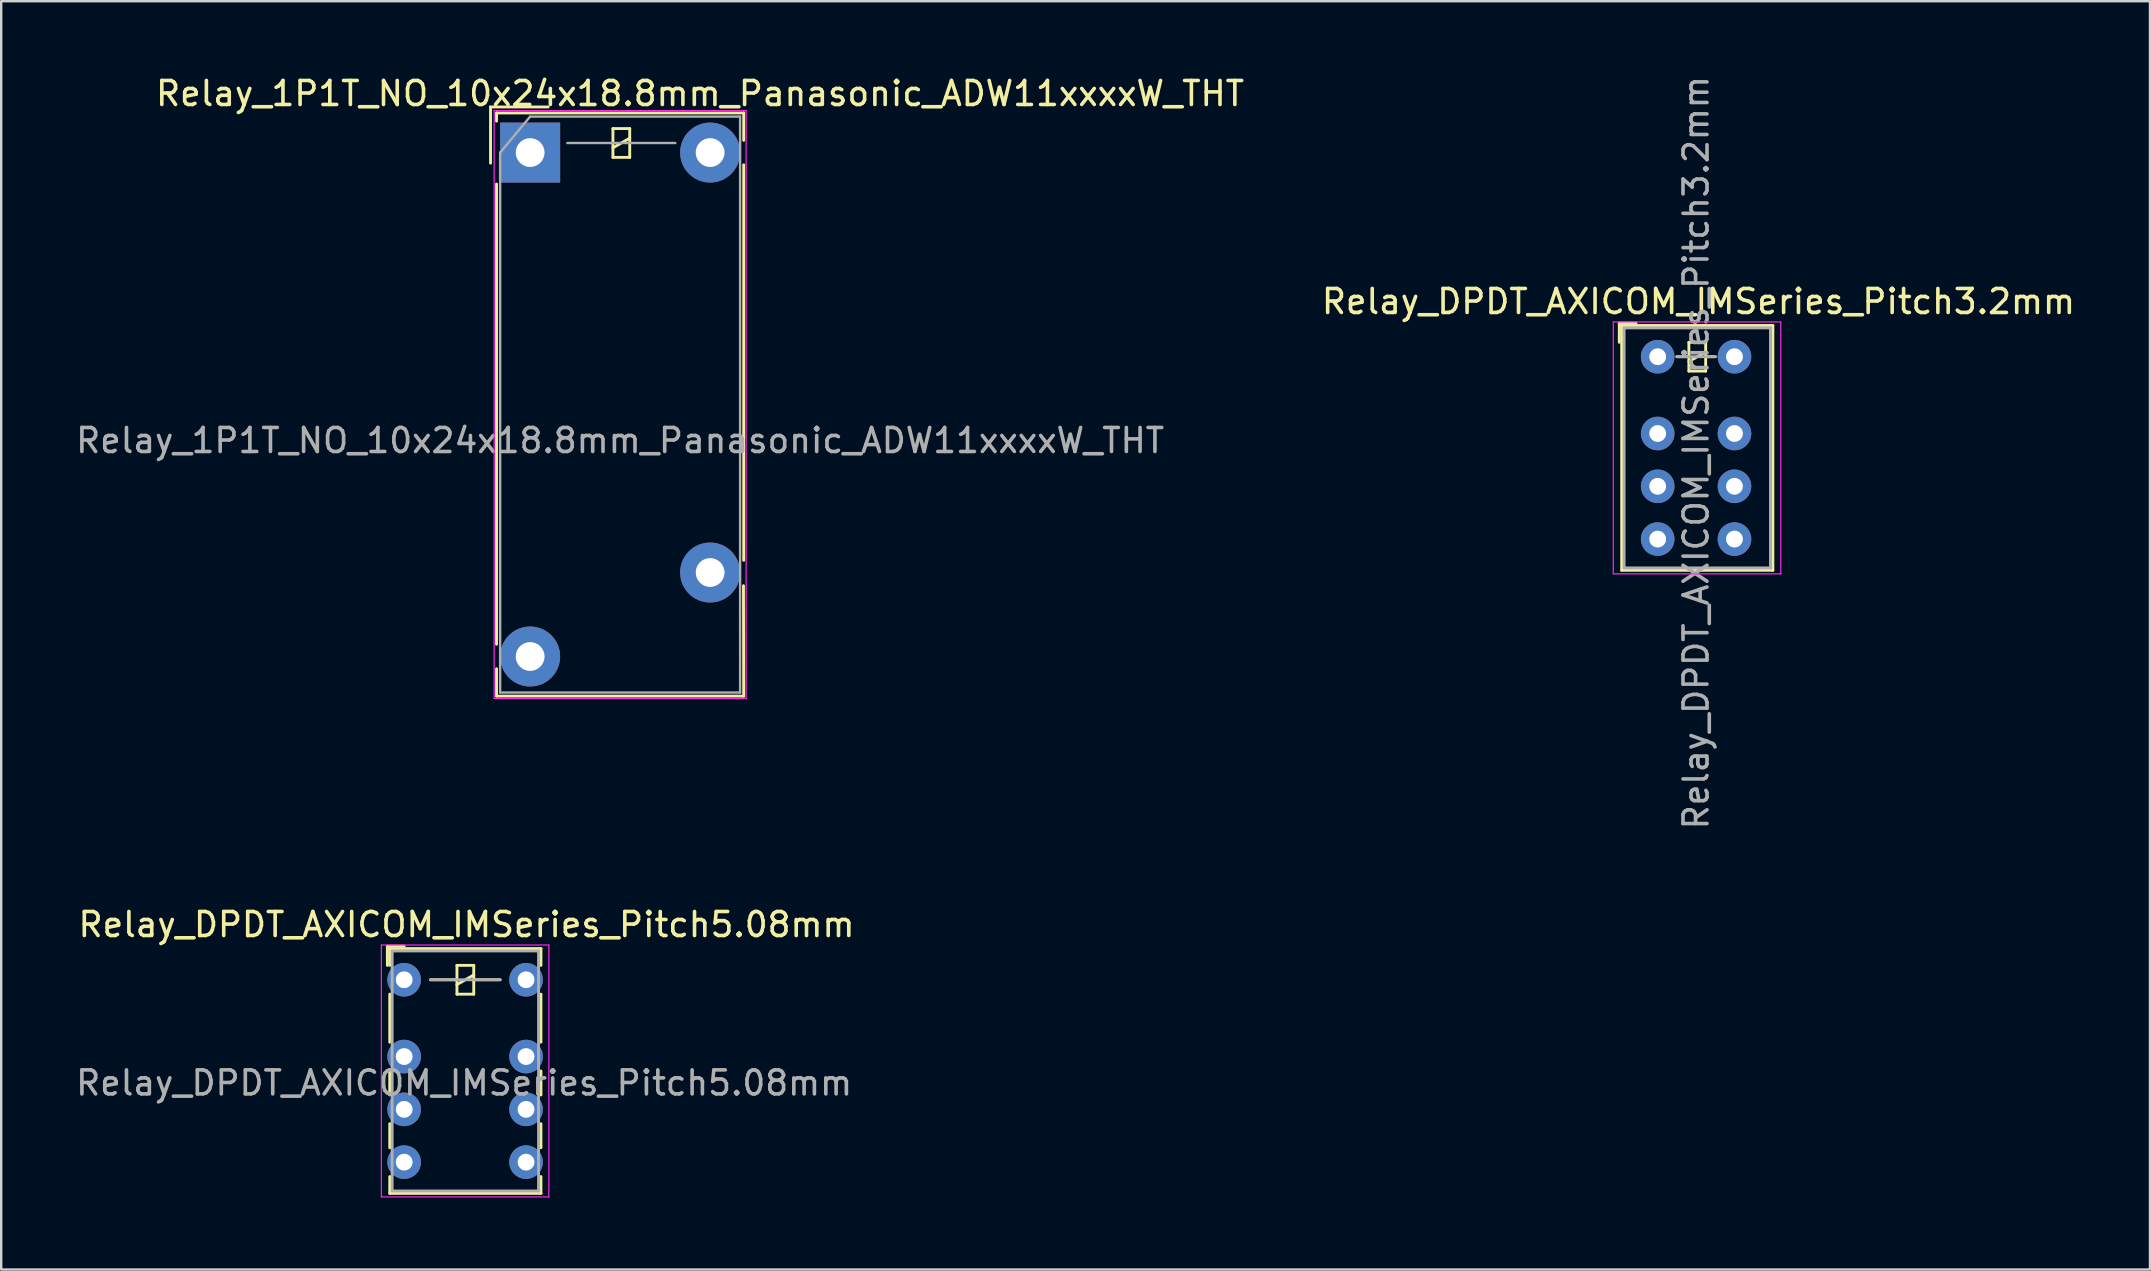
<source format=kicad_pcb>
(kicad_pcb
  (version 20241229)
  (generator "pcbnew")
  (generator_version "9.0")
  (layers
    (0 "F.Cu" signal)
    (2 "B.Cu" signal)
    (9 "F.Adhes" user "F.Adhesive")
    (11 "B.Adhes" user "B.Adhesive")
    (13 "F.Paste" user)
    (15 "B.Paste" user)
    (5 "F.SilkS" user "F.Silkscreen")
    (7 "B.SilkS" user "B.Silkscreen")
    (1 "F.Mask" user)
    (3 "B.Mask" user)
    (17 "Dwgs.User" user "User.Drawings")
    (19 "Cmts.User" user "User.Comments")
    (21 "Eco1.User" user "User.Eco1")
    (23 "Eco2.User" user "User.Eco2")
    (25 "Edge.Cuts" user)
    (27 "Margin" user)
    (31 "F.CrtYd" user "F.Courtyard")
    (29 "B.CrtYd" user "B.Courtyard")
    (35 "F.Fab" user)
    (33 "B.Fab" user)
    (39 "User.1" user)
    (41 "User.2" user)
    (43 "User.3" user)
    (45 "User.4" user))
  (footprint "Relay_DPDT_AXICOM_IMSeries_Pitch5.08mm"
    (layer "F.Cu")
    (at 13.792 37.779)
    (property "Reference" "Relay_DPDT_AXICOM_IMSeries_Pitch5.08mm" (at 2.6 -2.3 0) (layer "F.SilkS") (effects (font (size 1 1) (thickness 0.15))))
    (attr through_hole)
    (fp_line (start -0.7 -1.4) (end 0 -1.4) (stroke (width 0.12) (type solid)) (layer "F.SilkS"))
    (fp_line (start -0.7 -0.6) (end -0.7 -1.4) (stroke (width 0.12) (type solid)) (layer "F.SilkS"))
    (fp_line (start -0.6 -1.3) (end 5.7 -1.3) (stroke (width 0.12) (type solid)) (layer "F.SilkS"))
    (fp_line (start -0.6 -0.6) (end -0.6 -1.3) (stroke (width 0.12) (type solid)) (layer "F.SilkS"))
    (fp_line (start -0.6 2.6) (end -0.6 0.6) (stroke (width 0.12) (type solid)) (layer "F.SilkS"))
    (fp_line (start -0.6 4.8) (end -0.6 3.8) (stroke (width 0.12) (type solid)) (layer "F.SilkS"))
    (fp_line (start -0.6 7) (end -0.6 6) (stroke (width 0.12) (type solid)) (layer "F.SilkS"))
    (fp_line (start -0.6 8.2) (end -0.6 8.9) (stroke (width 0.12) (type solid)) (layer "F.SilkS"))
    (fp_line (start 2.2 -0.6) (end 2.2 0.6) (stroke (width 0.12) (type solid)) (layer "F.SilkS"))
    (fp_line (start 2.2 0) (end 1.1 0) (stroke (width 0.12) (type solid)) (layer "F.SilkS"))
    (fp_line (start 2.2 0.2) (end 2.9 -0.2) (stroke (width 0.12) (type solid)) (layer "F.SilkS"))
    (fp_line (start 2.2 0.6) (end 2.9 0.6) (stroke (width 0.12) (type solid)) (layer "F.SilkS"))
    (fp_line (start 2.9 -0.6) (end 2.2 -0.6) (stroke (width 0.12) (type solid)) (layer "F.SilkS"))
    (fp_line (start 2.9 0) (end 4 0) (stroke (width 0.12) (type solid)) (layer "F.SilkS"))
    (fp_line (start 2.9 0.6) (end 2.9 -0.6) (stroke (width 0.12) (type solid)) (layer "F.SilkS"))
    (fp_line (start 5.7 -1.3) (end 5.7 -0.6) (stroke (width 0.12) (type solid)) (layer "F.SilkS"))
    (fp_line (start 5.7 0.6) (end 5.7 2.6) (stroke (width 0.12) (type solid)) (layer "F.SilkS"))
    (fp_line (start 5.7 3.8) (end 5.7 4.8) (stroke (width 0.12) (type solid)) (layer "F.SilkS"))
    (fp_line (start 5.7 6) (end 5.7 7) (stroke (width 0.12) (type solid)) (layer "F.SilkS"))
    (fp_line (start 5.7 8.2) (end 5.7 8.9) (stroke (width 0.12) (type solid)) (layer "F.SilkS"))
    (fp_line (start 5.7 8.9) (end -0.6 8.9) (stroke (width 0.12) (type solid)) (layer "F.SilkS"))
    (fp_line (start -0.95 -1.45) (end -0.95 9.05) (stroke (width 0.05) (type solid)) (layer "F.CrtYd"))
    (fp_line (start -0.95 -1.45) (end 6.03 -1.45) (stroke (width 0.05) (type solid)) (layer "F.CrtYd"))
    (fp_line (start 6.03 9.05) (end -0.95 9.05) (stroke (width 0.05) (type solid)) (layer "F.CrtYd"))
    (fp_line (start 6.03 9.05) (end 6.03 -1.45) (stroke (width 0.05) (type solid)) (layer "F.CrtYd"))
    (fp_line (start -0.5 -1.2) (end -0.5 8.8) (stroke (width 0.12) (type solid)) (layer "F.Fab"))
    (fp_line (start -0.5 8.8) (end 5.6 8.8) (stroke (width 0.12) (type solid)) (layer "F.Fab"))
    (fp_line (start 1.1 0) (end 4 0) (stroke (width 0.12) (type solid)) (layer "F.Fab"))
    (fp_line (start 5.6 -1.2) (end -0.5 -1.2) (stroke (width 0.12) (type solid)) (layer "F.Fab"))
    (fp_line (start 5.6 8.8) (end 5.6 -1.2) (stroke (width 0.12) (type solid)) (layer "F.Fab"))
    (fp_text user "${REFERENCE}" (at 2.5 4.3 0) (layer "F.Fab") (effects (font (size 1 1) (thickness 0.15))))
    (pad "1" thru_hole circle (at 0 0) (size 1.4 1.4) (drill 0.7) (layers "*.Cu" "*.Mask"))
    (pad "2" thru_hole circle (at 0 3.2) (size 1.4 1.4) (drill 0.7) (layers "*.Cu" "*.Mask"))
    (pad "3" thru_hole circle (at 0 5.4) (size 1.4 1.4) (drill 0.7) (layers "*.Cu" "*.Mask"))
    (pad "4" thru_hole circle (at 0 7.6) (size 1.4 1.4) (drill 0.7) (layers "*.Cu" "*.Mask"))
    (pad "5" thru_hole circle (at 5.08 7.6) (size 1.4 1.4) (drill 0.7) (layers "*.Cu" "*.Mask"))
    (pad "6" thru_hole circle (at 5.08 5.4) (size 1.4 1.4) (drill 0.7) (layers "*.Cu" "*.Mask"))
    (pad "7" thru_hole circle (at 5.08 3.2) (size 1.4 1.4) (drill 0.7) (layers "*.Cu" "*.Mask"))
    (pad "8" thru_hole circle (at 5.08 0) (size 1.4 1.4) (drill 0.7) (layers "*.Cu" "*.Mask")))
  (footprint "Relay_DPDT_AXICOM_IMSeries_Pitch3.2mm"
    (layer "F.Cu")
    (at 66.029 11.815)
    (property "Reference" "Relay_DPDT_AXICOM_IMSeries_Pitch3.2mm" (at 1.7 -2.3 0) (layer "F.SilkS") (effects (font (size 1 1) (thickness 0.15))))
    (attr through_hole)
    (fp_line (start -1.6 -1.4) (end -0.9 -1.4) (stroke (width 0.12) (type solid)) (layer "F.SilkS"))
    (fp_line (start -1.6 -0.6) (end -1.6 -1.4) (stroke (width 0.12) (type solid)) (layer "F.SilkS"))
    (fp_line (start -1.5 -1.3) (end 4.8 -1.3) (stroke (width 0.12) (type solid)) (layer "F.SilkS"))
    (fp_line (start -1.5 8.9) (end -1.5 -1.3) (stroke (width 0.12) (type solid)) (layer "F.SilkS"))
    (fp_line (start 1.3 -0.6) (end 1.3 0.6) (stroke (width 0.12) (type solid)) (layer "F.SilkS"))
    (fp_line (start 1.3 0) (end 0.8 0) (stroke (width 0.12) (type solid)) (layer "F.SilkS"))
    (fp_line (start 1.3 0.2) (end 2 -0.2) (stroke (width 0.12) (type solid)) (layer "F.SilkS"))
    (fp_line (start 1.3 0.6) (end 2 0.6) (stroke (width 0.12) (type solid)) (layer "F.SilkS"))
    (fp_line (start 2 -0.6) (end 1.3 -0.6) (stroke (width 0.12) (type solid)) (layer "F.SilkS"))
    (fp_line (start 2 0) (end 2.4 0) (stroke (width 0.12) (type solid)) (layer "F.SilkS"))
    (fp_line (start 2 0.6) (end 2 -0.6) (stroke (width 0.12) (type solid)) (layer "F.SilkS"))
    (fp_line (start 4.8 -1.3) (end 4.8 8.9) (stroke (width 0.12) (type solid)) (layer "F.SilkS"))
    (fp_line (start 4.8 8.9) (end -1.5 8.9) (stroke (width 0.12) (type solid)) (layer "F.SilkS"))
    (fp_line (start -1.85 -1.45) (end -1.85 9.05) (stroke (width 0.05) (type solid)) (layer "F.CrtYd"))
    (fp_line (start -1.85 -1.45) (end 5.13 -1.45) (stroke (width 0.05) (type solid)) (layer "F.CrtYd"))
    (fp_line (start 5.13 9.05) (end -1.85 9.05) (stroke (width 0.05) (type solid)) (layer "F.CrtYd"))
    (fp_line (start 5.13 9.05) (end 5.13 -1.45) (stroke (width 0.05) (type solid)) (layer "F.CrtYd"))
    (fp_line (start -1.4 -1.2) (end -1.4 8.8) (stroke (width 0.12) (type solid)) (layer "F.Fab"))
    (fp_line (start -1.4 8.8) (end 4.7 8.8) (stroke (width 0.12) (type solid)) (layer "F.Fab"))
    (fp_line (start 0.8 0) (end 2.4 0) (stroke (width 0.12) (type solid)) (layer "F.Fab"))
    (fp_line (start 4.7 -1.2) (end -1.4 -1.2) (stroke (width 0.12) (type solid)) (layer "F.Fab"))
    (fp_line (start 4.7 8.8) (end 4.7 -1.2) (stroke (width 0.12) (type solid)) (layer "F.Fab"))
    (fp_text user "${REFERENCE}" (at 1.6 4 90) (layer "F.Fab") (effects (font (size 1 1) (thickness 0.15))))
    (pad "1" thru_hole circle (at 0 0) (size 1.4 1.4) (drill 0.7) (layers "*.Cu" "*.Mask"))
    (pad "2" thru_hole circle (at 0 3.2) (size 1.4 1.4) (drill 0.7) (layers "*.Cu" "*.Mask"))
    (pad "3" thru_hole circle (at 0 5.4) (size 1.4 1.4) (drill 0.7) (layers "*.Cu" "*.Mask"))
    (pad "4" thru_hole circle (at 0 7.6) (size 1.4 1.4) (drill 0.7) (layers "*.Cu" "*.Mask"))
    (pad "5" thru_hole circle (at 3.2 7.6) (size 1.4 1.4) (drill 0.7) (layers "*.Cu" "*.Mask"))
    (pad "6" thru_hole circle (at 3.2 5.4) (size 1.4 1.4) (drill 0.7) (layers "*.Cu" "*.Mask"))
    (pad "7" thru_hole circle (at 3.2 3.2) (size 1.4 1.4) (drill 0.7) (layers "*.Cu" "*.Mask"))
    (pad "8" thru_hole circle (at 3.2 0) (size 1.4 1.4) (drill 0.7) (layers "*.Cu" "*.Mask")))
  (footprint "Relay_1P1T_NO_10x24x18.8mm_Panasonic_ADW11xxxxW_THT"
    (layer "F.Cu")
    (at 19.042 3.308)
    (property "Reference" "Relay_1P1T_NO_10x24x18.8mm_Panasonic_ADW11xxxxW_THT" (at 7.08 -2.46 180) (layer "F.SilkS") (effects (font (size 1 1) (thickness 0.15))))
    (attr through_hole)
    (fp_line (start -1.65 -1.9) (end 0.75 -1.9) (stroke (width 0.12) (type solid)) (layer "F.SilkS"))
    (fp_line (start -1.65 0.44) (end -1.65 -1.9) (stroke (width 0.12) (type solid)) (layer "F.SilkS"))
    (fp_line (start -1.4 -1.65) (end -1.4 -1.31) (stroke (width 0.12) (type solid)) (layer "F.SilkS"))
    (fp_line (start -1.4 1.31) (end -1.4 20.49) (stroke (width 0.12) (type solid)) (layer "F.SilkS"))
    (fp_line (start -1.4 22.65) (end -1.4 21.51) (stroke (width 0.12) (type solid)) (layer "F.SilkS"))
    (fp_line (start 3.45 -1) (end 3.45 0.2) (stroke (width 0.12) (type solid)) (layer "F.SilkS"))
    (fp_line (start 3.45 -0.2) (end 4.15 -0.6) (stroke (width 0.12) (type solid)) (layer "F.SilkS"))
    (fp_line (start 3.45 0.2) (end 4.15 0.2) (stroke (width 0.12) (type solid)) (layer "F.SilkS"))
    (fp_line (start 4.15 -1) (end 3.45 -1) (stroke (width 0.12) (type solid)) (layer "F.SilkS"))
    (fp_line (start 4.15 0.2) (end 4.15 -1) (stroke (width 0.12) (type solid)) (layer "F.SilkS"))
    (fp_line (start 8.89 18.05) (end 8.9 22.65) (stroke (width 0.12) (type solid)) (layer "F.SilkS"))
    (fp_line (start 8.9 -1.65) (end -1.4 -1.65) (stroke (width 0.12) (type solid)) (layer "F.SilkS"))
    (fp_line (start 8.9 -1.65) (end 8.9 -0.51) (stroke (width 0.12) (type solid)) (layer "F.SilkS"))
    (fp_line (start 8.9 0.51) (end 8.9 16.99) (stroke (width 0.12) (type solid)) (layer "F.SilkS"))
    (fp_line (start 8.9 22.65) (end -1.4 22.65) (stroke (width 0.12) (type solid)) (layer "F.SilkS"))
    (fp_line (start -1.5 -1.75) (end -1.5 22.75) (stroke (width 0.05) (type solid)) (layer "F.CrtYd"))
    (fp_line (start 9 -1.75) (end -1.5 -1.75) (stroke (width 0.05) (type solid)) (layer "F.CrtYd"))
    (fp_line (start 9 22.75) (end -1.5 22.75) (stroke (width 0.05) (type solid)) (layer "F.CrtYd"))
    (fp_line (start 9 22.75) (end 9 -1.75) (stroke (width 0.05) (type solid)) (layer "F.CrtYd"))
    (fp_line (start -1.25 0) (end -1.25 22.5) (stroke (width 0.1) (type solid)) (layer "F.Fab"))
    (fp_line (start -1.25 0) (end 0 -1.5) (stroke (width 0.1) (type solid)) (layer "F.Fab"))
    (fp_line (start 1.55 -0.4) (end 6.05 -0.4) (stroke (width 0.1) (type solid)) (layer "F.Fab"))
    (fp_line (start 8.75 -1.5) (end 0 -1.5) (stroke (width 0.1) (type solid)) (layer "F.Fab"))
    (fp_line (start 8.75 22.5) (end -1.25 22.5) (stroke (width 0.1) (type solid)) (layer "F.Fab"))
    (fp_line (start 8.75 22.5) (end 8.75 -1.5) (stroke (width 0.1) (type solid)) (layer "F.Fab"))
    (fp_text user "${REFERENCE}" (at 3.75 12 180) (layer "F.Fab") (effects (font (size 1 1) (thickness 0.15))))
    (pad "1" thru_hole rect (at 0 0) (size 2.5 2.5) (drill 1.2) (layers "*.Cu" "*.Mask"))
    (pad "3" thru_hole oval (at 0 21) (size 2.5 2.5) (drill 1.2) (layers "*.Cu" "*.Mask"))
    (pad "5" thru_hole oval (at 7.5 17.5) (size 2.5 2.5) (drill 1.2) (layers "*.Cu" "*.Mask"))
    (pad "6" thru_hole oval (at 7.5 0) (size 2.5 2.5) (drill 1.2) (layers "*.Cu" "*.Mask")))
  (gr_rect
    (start -3 -3)
    (end 86.544 49.854)
    (stroke (width 0.1) (type default))
    (fill no)
    (layer "Edge.Cuts")))
</source>
